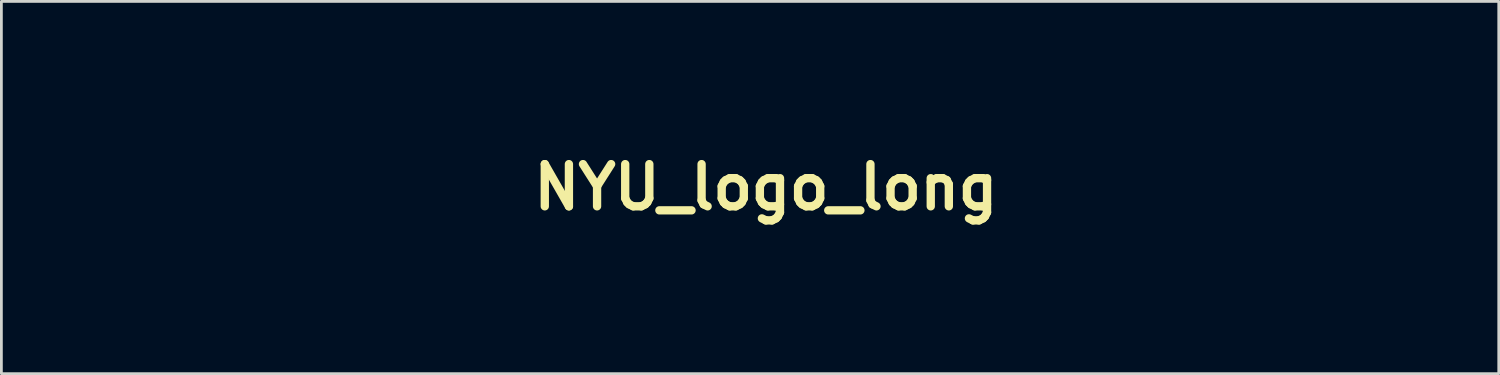
<source format=kicad_pcb>
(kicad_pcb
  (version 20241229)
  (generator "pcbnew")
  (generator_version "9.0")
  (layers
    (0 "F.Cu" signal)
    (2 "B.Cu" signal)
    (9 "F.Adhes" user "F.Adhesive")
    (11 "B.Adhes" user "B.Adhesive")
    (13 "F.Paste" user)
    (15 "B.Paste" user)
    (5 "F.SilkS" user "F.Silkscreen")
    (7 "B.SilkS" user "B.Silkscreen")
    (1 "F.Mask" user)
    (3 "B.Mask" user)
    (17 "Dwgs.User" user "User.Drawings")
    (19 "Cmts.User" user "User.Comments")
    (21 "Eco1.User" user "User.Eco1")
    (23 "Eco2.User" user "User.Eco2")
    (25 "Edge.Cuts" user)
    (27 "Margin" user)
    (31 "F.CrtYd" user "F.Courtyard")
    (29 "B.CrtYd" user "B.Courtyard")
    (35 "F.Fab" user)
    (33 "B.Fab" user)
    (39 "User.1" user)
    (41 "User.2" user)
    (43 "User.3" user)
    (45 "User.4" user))
  (footprint "NYU_logo_long"
    (layer "F.Cu")
    (at 24.601 3.709)
    (property "Reference" "NYU_logo_long" (at 0 0 0) (layer "F.SilkS") (effects (font (size 1.524 1.524) (thickness 0.3))))
    (attr through_hole)
    (fp_poly (pts (xy 22.627 -1.474) (xy 22.628 -1.311) (xy 22.629 -1.162) (xy 22.631 -1.031) (xy 22.633 -0.923) (xy 22.636 -0.845) (xy 22.639 -0.802) (xy 22.64 -0.795) (xy 22.649 -0.784) (xy 22.671 -0.775) (xy 22.711 -0.769) (xy 22.774 -0.765) (xy 22.865 -0.763) (xy 22.992 -0.762) (xy 23.053 -0.762) (xy 23.453 -0.762) (xy 23.453 -0.423) (xy 22.267 -0.423) (xy 22.272 -1.265) (xy 22.278 -2.106) (xy 22.627 -2.118) (xy 22.627 -1.474)) (stroke (width 0.01) (type solid)) (fill yes) (layer "F.Mask"))
    (fp_poly (pts (xy -0.725 0.016) (xy -0.72 3.725) (xy -0.794 3.725) (xy -0.847 3.719) (xy -0.878 3.702) (xy -0.879 3.699) (xy -0.88 3.675) (xy -0.881 3.611) (xy -0.882 3.51) (xy -0.883 3.372) (xy -0.883 3.201) (xy -0.884 2.998) (xy -0.884 2.766) (xy -0.885 2.506) (xy -0.885 2.222) (xy -0.885 1.915) (xy -0.885 1.587) (xy -0.885 1.241) (xy -0.885 0.879) (xy -0.885 0.502) (xy -0.884 0.114) (xy -0.884 -0.011) (xy -0.878 -3.694) (xy -0.73 -3.694) (xy -0.725 0.016)) (stroke (width 0.01) (type solid)) (fill yes) (layer "F.Mask"))
    (fp_poly (pts (xy 19.199 0.364) (xy 19.211 0.364) (xy 19.378 0.37) (xy 19.384 1.212) (xy 19.389 2.053) (xy 19.213 2.053) (xy 19.13 2.052) (xy 19.064 2.047) (xy 19.026 2.041) (xy 19.022 2.039) (xy 19.018 2.015) (xy 19.015 1.954) (xy 19.012 1.862) (xy 19.01 1.744) (xy 19.009 1.607) (xy 19.008 1.455) (xy 19.008 1.295) (xy 19.009 1.133) (xy 19.01 0.972) (xy 19.011 0.821) (xy 19.013 0.683) (xy 19.015 0.565) (xy 19.018 0.472) (xy 19.022 0.41) (xy 19.026 0.385) (xy 19.051 0.371) (xy 19.107 0.364) (xy 19.199 0.364)) (stroke (width 0.01) (type solid)) (fill yes) (layer "F.Mask"))
    (fp_poly (pts (xy 2.865 -2.069) (xy 2.875 -1.999) (xy 2.877 -1.912) (xy 2.871 -1.832) (xy 2.865 -1.805) (xy 2.858 -1.785) (xy 2.842 -1.771) (xy 2.812 -1.763) (xy 2.758 -1.757) (xy 2.675 -1.754) (xy 2.606 -1.752) (xy 2.36 -1.746) (xy 2.354 -1.085) (xy 2.349 -0.423) (xy 1.99 -0.423) (xy 1.99 -1.757) (xy 1.75 -1.757) (xy 1.624 -1.759) (xy 1.537 -1.767) (xy 1.491 -1.779) (xy 1.486 -1.782) (xy 1.473 -1.816) (xy 1.464 -1.877) (xy 1.46 -1.951) (xy 1.463 -2.022) (xy 1.471 -2.076) (xy 1.473 -2.083) (xy 1.481 -2.092) (xy 1.498 -2.1) (xy 1.53 -2.106) (xy 1.58 -2.11) (xy 1.653 -2.113) (xy 1.752 -2.115) (xy 1.883 -2.116) (xy 2.05 -2.117) (xy 2.169 -2.117) (xy 2.853 -2.117) (xy 2.865 -2.069)) (stroke (width 0.01) (type solid)) (fill yes) (layer "F.Mask"))
    (fp_poly (pts (xy 11.615 0.362) (xy 11.675 0.369) (xy 11.7 0.377) (xy 11.707 0.391) (xy 11.713 0.423) (xy 11.717 0.477) (xy 11.72 0.556) (xy 11.722 0.665) (xy 11.723 0.805) (xy 11.723 0.981) (xy 11.721 1.195) (xy 11.721 1.218) (xy 11.716 2.043) (xy 11.545 2.049) (xy 11.464 2.05) (xy 11.4 2.047) (xy 11.364 2.042) (xy 11.36 2.04) (xy 11.357 2.016) (xy 11.354 1.955) (xy 11.351 1.86) (xy 11.349 1.738) (xy 11.347 1.591) (xy 11.346 1.427) (xy 11.345 1.247) (xy 11.345 1.218) (xy 11.346 0.995) (xy 11.347 0.812) (xy 11.349 0.666) (xy 11.352 0.553) (xy 11.356 0.471) (xy 11.361 0.418) (xy 11.368 0.39) (xy 11.371 0.385) (xy 11.404 0.372) (xy 11.466 0.364) (xy 11.541 0.36) (xy 11.615 0.362)) (stroke (width 0.01) (type solid)) (fill yes) (layer "F.Mask"))
    (fp_poly (pts (xy 6.405 0.364) (xy 6.574 0.365) (xy 7.186 0.37) (xy 7.192 0.534) (xy 7.198 0.698) (xy 6.318 0.709) (xy 6.312 0.873) (xy 6.306 1.037) (xy 7.093 1.037) (xy 7.086 1.201) (xy 7.08 1.365) (xy 6.693 1.371) (xy 6.306 1.377) (xy 6.312 1.551) (xy 6.318 1.725) (xy 6.769 1.731) (xy 7.22 1.737) (xy 7.213 1.89) (xy 7.207 2.043) (xy 6.581 2.048) (xy 6.423 2.049) (xy 6.278 2.049) (xy 6.152 2.048) (xy 6.051 2.046) (xy 5.98 2.044) (xy 5.944 2.04) (xy 5.941 2.039) (xy 5.937 2.015) (xy 5.934 1.954) (xy 5.932 1.862) (xy 5.93 1.744) (xy 5.928 1.607) (xy 5.927 1.456) (xy 5.927 1.296) (xy 5.928 1.133) (xy 5.928 0.973) (xy 5.93 0.821) (xy 5.932 0.683) (xy 5.934 0.565) (xy 5.937 0.473) (xy 5.941 0.411) (xy 5.944 0.386) (xy 5.959 0.378) (xy 5.993 0.372) (xy 6.051 0.367) (xy 6.136 0.365) (xy 6.253 0.363) (xy 6.405 0.364)) (stroke (width 0.01) (type solid)) (fill yes) (layer "F.Mask"))
    (fp_poly (pts (xy 14.692 0.365) (xy 15.293 0.37) (xy 15.299 0.534) (xy 15.305 0.698) (xy 14.865 0.703) (xy 14.425 0.709) (xy 14.425 1.027) (xy 14.812 1.032) (xy 15.199 1.038) (xy 15.193 1.202) (xy 15.187 1.365) (xy 14.806 1.376) (xy 14.425 1.386) (xy 14.419 1.543) (xy 14.418 1.636) (xy 14.425 1.693) (xy 14.44 1.718) (xy 14.469 1.723) (xy 14.533 1.728) (xy 14.626 1.731) (xy 14.741 1.734) (xy 14.87 1.735) (xy 14.897 1.735) (xy 15.327 1.736) (xy 15.32 1.889) (xy 15.314 2.043) (xy 14.688 2.048) (xy 14.529 2.049) (xy 14.385 2.049) (xy 14.259 2.048) (xy 14.158 2.046) (xy 14.087 2.044) (xy 14.051 2.04) (xy 14.048 2.039) (xy 14.045 2.016) (xy 14.042 1.954) (xy 14.039 1.86) (xy 14.037 1.737) (xy 14.035 1.591) (xy 14.034 1.426) (xy 14.034 1.247) (xy 14.034 1.216) (xy 14.034 1.003) (xy 14.035 0.829) (xy 14.036 0.689) (xy 14.038 0.581) (xy 14.042 0.5) (xy 14.046 0.444) (xy 14.052 0.407) (xy 14.059 0.388) (xy 14.063 0.383) (xy 14.088 0.376) (xy 14.144 0.37) (xy 14.233 0.366) (xy 14.358 0.364) (xy 14.521 0.364) (xy 14.692 0.365)) (stroke (width 0.01) (type solid)) (fill yes) (layer "F.Mask"))
    (fp_poly (pts (xy 5.21 -1.942) (xy 5.283 -1.846) (xy 5.369 -1.734) (xy 5.452 -1.625) (xy 5.489 -1.577) (xy 5.56 -1.485) (xy 5.631 -1.39) (xy 5.693 -1.307) (xy 5.723 -1.265) (xy 5.77 -1.204) (xy 5.811 -1.157) (xy 5.836 -1.134) (xy 5.837 -1.134) (xy 5.846 -1.139) (xy 5.853 -1.166) (xy 5.858 -1.218) (xy 5.861 -1.299) (xy 5.863 -1.414) (xy 5.863 -1.567) (xy 5.863 -1.584) (xy 5.864 -1.751) (xy 5.866 -1.879) (xy 5.871 -1.973) (xy 5.877 -2.036) (xy 5.885 -2.073) (xy 5.89 -2.082) (xy 5.913 -2.102) (xy 5.95 -2.112) (xy 6.014 -2.114) (xy 6.065 -2.112) (xy 6.212 -2.106) (xy 6.218 -1.265) (xy 6.223 -0.423) (xy 5.913 -0.423) (xy 5.805 -0.566) (xy 5.751 -0.637) (xy 5.68 -0.73) (xy 5.6 -0.835) (xy 5.52 -0.941) (xy 5.503 -0.963) (xy 5.427 -1.063) (xy 5.352 -1.162) (xy 5.286 -1.249) (xy 5.236 -1.315) (xy 5.225 -1.329) (xy 5.18 -1.384) (xy 5.142 -1.419) (xy 5.121 -1.428) (xy 5.115 -1.404) (xy 5.11 -1.342) (xy 5.106 -1.247) (xy 5.103 -1.125) (xy 5.101 -0.98) (xy 5.101 -0.92) (xy 5.101 -0.423) (xy 4.741 -0.423) (xy 4.741 -2.117) (xy 5.077 -2.117) (xy 5.21 -1.942)) (stroke (width 0.01) (type solid)) (fill yes) (layer "F.Mask"))
    (fp_poly (pts (xy 4.289 0.365) (xy 4.9 0.37) (xy 4.906 0.534) (xy 4.912 0.699) (xy 4.49 0.699) (xy 4.359 0.699) (xy 4.241 0.701) (xy 4.143 0.704) (xy 4.072 0.707) (xy 4.036 0.711) (xy 4.034 0.711) (xy 4.014 0.73) (xy 4.004 0.772) (xy 4.001 0.847) (xy 4 0.858) (xy 4 0.929) (xy 4.003 0.981) (xy 4.015 1.017) (xy 4.042 1.04) (xy 4.089 1.052) (xy 4.162 1.057) (xy 4.268 1.058) (xy 4.382 1.058) (xy 4.503 1.059) (xy 4.61 1.061) (xy 4.696 1.064) (xy 4.753 1.068) (xy 4.771 1.071) (xy 4.789 1.088) (xy 4.8 1.125) (xy 4.804 1.192) (xy 4.805 1.24) (xy 4.805 1.396) (xy 4.011 1.408) (xy 4 1.725) (xy 3.99 2.043) (xy 3.82 2.049) (xy 3.738 2.05) (xy 3.674 2.047) (xy 3.638 2.042) (xy 3.634 2.04) (xy 3.631 2.016) (xy 3.628 1.955) (xy 3.625 1.86) (xy 3.623 1.738) (xy 3.621 1.591) (xy 3.62 1.426) (xy 3.62 1.247) (xy 3.619 1.216) (xy 3.62 1.003) (xy 3.621 0.829) (xy 3.622 0.689) (xy 3.624 0.581) (xy 3.628 0.5) (xy 3.632 0.444) (xy 3.638 0.407) (xy 3.645 0.388) (xy 3.649 0.383) (xy 3.674 0.376) (xy 3.729 0.37) (xy 3.818 0.366) (xy 3.943 0.364) (xy 4.105 0.364) (xy 4.289 0.365)) (stroke (width 0.01) (type solid)) (fill yes) (layer "F.Mask"))
    (fp_poly (pts (xy 20.115 0.372) (xy 20.167 0.398) (xy 20.215 0.447) (xy 20.249 0.492) (xy 20.296 0.555) (xy 20.335 0.608) (xy 20.356 0.635) (xy 20.387 0.674) (xy 20.437 0.739) (xy 20.501 0.822) (xy 20.572 0.916) (xy 20.646 1.013) (xy 20.715 1.105) (xy 20.775 1.184) (xy 20.819 1.243) (xy 20.834 1.264) (xy 20.873 1.312) (xy 20.905 1.339) (xy 20.916 1.342) (xy 20.921 1.319) (xy 20.926 1.259) (xy 20.929 1.169) (xy 20.932 1.056) (xy 20.934 0.925) (xy 20.934 0.856) (xy 20.934 0.382) (xy 20.982 0.37) (xy 21.03 0.364) (xy 21.101 0.362) (xy 21.157 0.364) (xy 21.283 0.37) (xy 21.289 1.212) (xy 21.294 2.053) (xy 20.98 2.053) (xy 20.899 1.942) (xy 20.856 1.883) (xy 20.823 1.839) (xy 20.808 1.82) (xy 20.791 1.8) (xy 20.755 1.753) (xy 20.703 1.685) (xy 20.641 1.604) (xy 20.629 1.587) (xy 20.513 1.435) (xy 20.421 1.314) (xy 20.349 1.22) (xy 20.294 1.15) (xy 20.254 1.101) (xy 20.226 1.07) (xy 20.208 1.053) (xy 20.196 1.048) (xy 20.191 1.049) (xy 20.186 1.073) (xy 20.181 1.133) (xy 20.177 1.224) (xy 20.174 1.34) (xy 20.172 1.475) (xy 20.172 1.557) (xy 20.172 2.053) (xy 19.812 2.053) (xy 19.823 0.37) (xy 19.949 0.364) (xy 20.046 0.362) (xy 20.115 0.372)) (stroke (width 0.01) (type solid)) (fill yes) (layer "F.Mask"))
    (fp_poly (pts (xy 16.395 0.36) (xy 16.529 0.361) (xy 16.651 0.363) (xy 16.754 0.365) (xy 16.83 0.368) (xy 16.873 0.371) (xy 16.879 0.373) (xy 16.897 0.389) (xy 16.907 0.426) (xy 16.912 0.493) (xy 16.912 0.542) (xy 16.912 0.698) (xy 16.473 0.703) (xy 16.034 0.709) (xy 16.034 1.027) (xy 16.421 1.032) (xy 16.808 1.038) (xy 16.802 1.202) (xy 16.796 1.365) (xy 16.415 1.376) (xy 16.034 1.386) (xy 16.027 1.543) (xy 16.027 1.636) (xy 16.034 1.693) (xy 16.049 1.718) (xy 16.077 1.723) (xy 16.142 1.728) (xy 16.235 1.731) (xy 16.349 1.734) (xy 16.479 1.735) (xy 16.506 1.735) (xy 16.935 1.736) (xy 16.929 1.889) (xy 16.923 2.043) (xy 16.297 2.048) (xy 16.138 2.049) (xy 15.993 2.049) (xy 15.868 2.048) (xy 15.767 2.046) (xy 15.695 2.044) (xy 15.66 2.04) (xy 15.657 2.039) (xy 15.653 2.016) (xy 15.65 1.954) (xy 15.648 1.86) (xy 15.646 1.737) (xy 15.644 1.591) (xy 15.643 1.425) (xy 15.642 1.246) (xy 15.642 1.205) (xy 15.642 0.996) (xy 15.643 0.824) (xy 15.644 0.688) (xy 15.646 0.581) (xy 15.649 0.502) (xy 15.652 0.446) (xy 15.657 0.408) (xy 15.664 0.386) (xy 15.671 0.375) (xy 15.676 0.373) (xy 15.706 0.369) (xy 15.772 0.366) (xy 15.867 0.363) (xy 15.984 0.362) (xy 16.115 0.361) (xy 16.254 0.36) (xy 16.395 0.36)) (stroke (width 0.01) (type solid)) (fill yes) (layer "F.Mask"))
    (fp_poly (pts (xy 9.43 -2.114) (xy 9.583 -2.077) (xy 9.716 -2.012) (xy 9.837 -1.919) (xy 9.955 -1.795) (xy 10.038 -1.669) (xy 10.089 -1.531) (xy 10.112 -1.373) (xy 10.113 -1.22) (xy 10.106 -1.106) (xy 10.095 -1.021) (xy 10.076 -0.954) (xy 10.054 -0.902) (xy 9.983 -0.786) (xy 9.885 -0.671) (xy 9.772 -0.569) (xy 9.659 -0.494) (xy 9.649 -0.489) (xy 9.489 -0.429) (xy 9.31 -0.398) (xy 9.133 -0.397) (xy 8.953 -0.433) (xy 8.782 -0.507) (xy 8.626 -0.617) (xy 8.589 -0.651) (xy 8.478 -0.788) (xy 8.4 -0.944) (xy 8.355 -1.112) (xy 8.349 -1.211) (xy 8.731 -1.211) (xy 8.741 -1.158) (xy 8.796 -1.015) (xy 8.877 -0.899) (xy 8.98 -0.813) (xy 9.1 -0.759) (xy 9.23 -0.74) (xy 9.366 -0.759) (xy 9.451 -0.791) (xy 9.551 -0.848) (xy 9.622 -0.918) (xy 9.679 -1.013) (xy 9.693 -1.044) (xy 9.729 -1.179) (xy 9.731 -1.319) (xy 9.7 -1.456) (xy 9.638 -1.579) (xy 9.562 -1.665) (xy 9.472 -1.725) (xy 9.365 -1.77) (xy 9.257 -1.793) (xy 9.185 -1.793) (xy 9.051 -1.756) (xy 8.934 -1.686) (xy 8.839 -1.59) (xy 8.77 -1.474) (xy 8.733 -1.346) (xy 8.731 -1.211) (xy 8.349 -1.211) (xy 8.344 -1.287) (xy 8.366 -1.461) (xy 8.422 -1.627) (xy 8.511 -1.78) (xy 8.595 -1.876) (xy 8.719 -1.983) (xy 8.848 -2.057) (xy 8.989 -2.103) (xy 9.153 -2.124) (xy 9.25 -2.126) (xy 9.43 -2.114)) (stroke (width 0.01) (type solid)) (fill yes) (layer "F.Mask"))
    (fp_poly (pts (xy 19.123 -2.125) (xy 19.214 -2.114) (xy 19.297 -2.092) (xy 19.39 -2.054) (xy 19.443 -2.028) (xy 19.583 -1.939) (xy 19.7 -1.818) (xy 19.792 -1.674) (xy 19.856 -1.513) (xy 19.889 -1.343) (xy 19.887 -1.17) (xy 19.867 -1.064) (xy 19.797 -0.878) (xy 19.697 -0.72) (xy 19.569 -0.59) (xy 19.416 -0.493) (xy 19.242 -0.428) (xy 19.049 -0.4) (xy 18.87 -0.405) (xy 18.681 -0.445) (xy 18.513 -0.521) (xy 18.369 -0.63) (xy 18.252 -0.77) (xy 18.164 -0.938) (xy 18.127 -1.052) (xy 18.102 -1.23) (xy 18.107 -1.3) (xy 18.501 -1.3) (xy 18.502 -1.192) (xy 18.517 -1.097) (xy 18.534 -1.052) (xy 18.621 -0.92) (xy 18.728 -0.823) (xy 18.852 -0.763) (xy 18.99 -0.741) (xy 19.136 -0.759) (xy 19.16 -0.766) (xy 19.245 -0.808) (xy 19.331 -0.878) (xy 19.406 -0.965) (xy 19.454 -1.044) (xy 19.486 -1.157) (xy 19.492 -1.287) (xy 19.473 -1.418) (xy 19.458 -1.468) (xy 19.398 -1.577) (xy 19.307 -1.672) (xy 19.195 -1.745) (xy 19.072 -1.789) (xy 18.986 -1.799) (xy 18.882 -1.781) (xy 18.774 -1.732) (xy 18.672 -1.659) (xy 18.587 -1.571) (xy 18.539 -1.493) (xy 18.513 -1.406) (xy 18.501 -1.3) (xy 18.107 -1.3) (xy 18.114 -1.41) (xy 18.163 -1.584) (xy 18.245 -1.744) (xy 18.357 -1.882) (xy 18.43 -1.946) (xy 18.546 -2.026) (xy 18.659 -2.08) (xy 18.78 -2.112) (xy 18.924 -2.126) (xy 19.008 -2.127) (xy 19.123 -2.125)) (stroke (width 0.01) (type solid)) (fill yes) (layer "F.Mask"))
    (fp_poly (pts (xy 7.142 -2.113) (xy 7.327 -2.101) (xy 7.482 -2.076) (xy 7.615 -2.036) (xy 7.73 -1.98) (xy 7.833 -1.907) (xy 7.881 -1.864) (xy 7.95 -1.789) (xy 8.015 -1.703) (xy 8.055 -1.635) (xy 8.082 -1.579) (xy 8.099 -1.529) (xy 8.11 -1.475) (xy 8.115 -1.405) (xy 8.116 -1.308) (xy 8.116 -1.27) (xy 8.115 -1.161) (xy 8.112 -1.083) (xy 8.103 -1.024) (xy 8.088 -0.972) (xy 8.064 -0.917) (xy 8.058 -0.906) (xy 7.965 -0.757) (xy 7.838 -0.631) (xy 7.687 -0.53) (xy 7.516 -0.462) (xy 7.455 -0.447) (xy 7.396 -0.439) (xy 7.305 -0.432) (xy 7.191 -0.427) (xy 7.063 -0.424) (xy 6.963 -0.423) (xy 6.582 -0.423) (xy 6.587 -1.166) (xy 6.946 -1.166) (xy 6.946 -1.042) (xy 6.947 -0.937) (xy 6.949 -0.858) (xy 6.953 -0.812) (xy 6.954 -0.807) (xy 6.96 -0.785) (xy 6.973 -0.771) (xy 7 -0.764) (xy 7.048 -0.762) (xy 7.126 -0.764) (xy 7.192 -0.767) (xy 7.329 -0.777) (xy 7.427 -0.793) (xy 7.488 -0.814) (xy 7.571 -0.875) (xy 7.648 -0.962) (xy 7.705 -1.061) (xy 7.717 -1.09) (xy 7.744 -1.225) (xy 7.736 -1.36) (xy 7.696 -1.488) (xy 7.626 -1.599) (xy 7.531 -1.685) (xy 7.493 -1.707) (xy 7.444 -1.73) (xy 7.397 -1.744) (xy 7.339 -1.751) (xy 7.259 -1.753) (xy 7.176 -1.751) (xy 6.953 -1.746) (xy 6.947 -1.302) (xy 6.946 -1.166) (xy 6.587 -1.166) (xy 6.588 -1.265) (xy 6.593 -2.106) (xy 6.921 -2.113) (xy 7.142 -2.113)) (stroke (width 0.01) (type solid)) (fill yes) (layer "F.Mask"))
    (fp_poly (pts (xy 17.719 -2.113) (xy 17.747 -2.104) (xy 17.761 -2.087) (xy 17.766 -2.07) (xy 17.77 -2.037) (xy 17.773 -1.968) (xy 17.775 -1.869) (xy 17.777 -1.745) (xy 17.778 -1.604) (xy 17.779 -1.449) (xy 17.779 -1.288) (xy 17.779 -1.127) (xy 17.779 -0.97) (xy 17.778 -0.823) (xy 17.776 -0.694) (xy 17.774 -0.587) (xy 17.772 -0.508) (xy 17.769 -0.464) (xy 17.767 -0.457) (xy 17.752 -0.44) (xy 17.718 -0.429) (xy 17.657 -0.424) (xy 17.577 -0.423) (xy 17.4 -0.423) (xy 17.388 -1.09) (xy 16.732 -1.09) (xy 16.727 -0.804) (xy 16.725 -0.669) (xy 16.722 -0.57) (xy 16.715 -0.502) (xy 16.701 -0.459) (xy 16.677 -0.435) (xy 16.641 -0.425) (xy 16.588 -0.423) (xy 16.53 -0.423) (xy 16.431 -0.426) (xy 16.372 -0.435) (xy 16.35 -0.45) (xy 16.348 -0.476) (xy 16.347 -0.54) (xy 16.345 -0.637) (xy 16.345 -0.762) (xy 16.344 -0.91) (xy 16.345 -1.077) (xy 16.345 -1.257) (xy 16.346 -1.291) (xy 16.351 -2.106) (xy 16.519 -2.112) (xy 16.615 -2.113) (xy 16.674 -2.107) (xy 16.702 -2.093) (xy 16.704 -2.091) (xy 16.71 -2.061) (xy 16.715 -1.997) (xy 16.719 -1.907) (xy 16.721 -1.801) (xy 16.721 -1.763) (xy 16.721 -1.646) (xy 16.722 -1.561) (xy 16.732 -1.502) (xy 16.755 -1.466) (xy 16.798 -1.447) (xy 16.865 -1.44) (xy 16.964 -1.44) (xy 17.099 -1.444) (xy 17.103 -1.444) (xy 17.388 -1.45) (xy 17.399 -1.778) (xy 17.41 -2.106) (xy 17.582 -2.112) (xy 17.667 -2.114) (xy 17.719 -2.113)) (stroke (width 0.01) (type solid)) (fill yes) (layer "F.Mask"))
    (fp_poly (pts (xy 15.537 -2.121) (xy 15.66 -2.101) (xy 15.768 -2.064) (xy 15.878 -2.004) (xy 15.886 -2) (xy 15.965 -1.948) (xy 16.009 -1.909) (xy 16.021 -1.873) (xy 16 -1.829) (xy 15.949 -1.768) (xy 15.922 -1.739) (xy 15.801 -1.606) (xy 15.695 -1.678) (xy 15.553 -1.754) (xy 15.416 -1.79) (xy 15.285 -1.785) (xy 15.162 -1.739) (xy 15.049 -1.652) (xy 15.049 -1.652) (xy 14.971 -1.552) (xy 14.913 -1.434) (xy 14.883 -1.315) (xy 14.88 -1.271) (xy 14.895 -1.165) (xy 14.936 -1.051) (xy 14.995 -0.946) (xy 15.021 -0.912) (xy 15.128 -0.816) (xy 15.249 -0.758) (xy 15.38 -0.74) (xy 15.517 -0.761) (xy 15.656 -0.823) (xy 15.699 -0.85) (xy 15.756 -0.885) (xy 15.801 -0.907) (xy 15.816 -0.91) (xy 15.844 -0.896) (xy 15.892 -0.859) (xy 15.947 -0.806) (xy 15.949 -0.805) (xy 16.053 -0.699) (xy 15.983 -0.627) (xy 15.86 -0.529) (xy 15.71 -0.456) (xy 15.541 -0.41) (xy 15.361 -0.394) (xy 15.223 -0.403) (xy 15.06 -0.446) (xy 14.905 -0.526) (xy 14.766 -0.635) (xy 14.649 -0.769) (xy 14.579 -0.888) (xy 14.549 -0.953) (xy 14.53 -1.007) (xy 14.518 -1.063) (xy 14.513 -1.133) (xy 14.512 -1.231) (xy 14.512 -1.259) (xy 14.513 -1.366) (xy 14.517 -1.442) (xy 14.526 -1.502) (xy 14.544 -1.556) (xy 14.571 -1.619) (xy 14.576 -1.63) (xy 14.657 -1.775) (xy 14.753 -1.89) (xy 14.874 -1.987) (xy 14.886 -1.995) (xy 14.995 -2.057) (xy 15.101 -2.097) (xy 15.219 -2.119) (xy 15.363 -2.127) (xy 15.388 -2.127) (xy 15.537 -2.121)) (stroke (width 0.01) (type solid)) (fill yes) (layer "F.Mask"))
    (fp_poly (pts (xy 21.159 -2.127) (xy 21.33 -2.09) (xy 21.49 -2.023) (xy 21.633 -1.928) (xy 21.753 -1.804) (xy 21.838 -1.669) (xy 21.886 -1.56) (xy 21.914 -1.463) (xy 21.927 -1.358) (xy 21.929 -1.27) (xy 21.909 -1.074) (xy 21.853 -0.898) (xy 21.761 -0.742) (xy 21.635 -0.61) (xy 21.476 -0.503) (xy 21.317 -0.434) (xy 21.236 -0.416) (xy 21.127 -0.406) (xy 21.008 -0.404) (xy 20.892 -0.41) (xy 20.795 -0.424) (xy 20.754 -0.436) (xy 20.579 -0.513) (xy 20.438 -0.608) (xy 20.326 -0.727) (xy 20.236 -0.875) (xy 20.23 -0.886) (xy 20.195 -0.966) (xy 20.173 -1.037) (xy 20.161 -1.117) (xy 20.155 -1.217) (xy 20.157 -1.268) (xy 20.546 -1.268) (xy 20.548 -1.177) (xy 20.557 -1.111) (xy 20.577 -1.056) (xy 20.603 -1.009) (xy 20.692 -0.892) (xy 20.802 -0.807) (xy 20.925 -0.756) (xy 21.056 -0.741) (xy 21.188 -0.764) (xy 21.241 -0.785) (xy 21.362 -0.863) (xy 21.453 -0.966) (xy 21.512 -1.086) (xy 21.54 -1.218) (xy 21.535 -1.354) (xy 21.495 -1.488) (xy 21.42 -1.613) (xy 21.383 -1.656) (xy 21.321 -1.703) (xy 21.235 -1.747) (xy 21.141 -1.781) (xy 21.057 -1.798) (xy 21.04 -1.799) (xy 20.96 -1.787) (xy 20.867 -1.757) (xy 20.777 -1.714) (xy 20.708 -1.667) (xy 20.696 -1.656) (xy 20.617 -1.556) (xy 20.569 -1.454) (xy 20.548 -1.335) (xy 20.546 -1.268) (xy 20.157 -1.268) (xy 20.164 -1.417) (xy 20.209 -1.597) (xy 20.291 -1.755) (xy 20.409 -1.891) (xy 20.478 -1.949) (xy 20.636 -2.044) (xy 20.806 -2.105) (xy 20.982 -2.132) (xy 21.159 -2.127)) (stroke (width 0.01) (type solid)) (fill yes) (layer "F.Mask"))
    (fp_poly (pts (xy 12.396 0.361) (xy 12.454 0.368) (xy 12.479 0.376) (xy 12.499 0.397) (xy 12.539 0.446) (xy 12.596 0.519) (xy 12.667 0.61) (xy 12.746 0.714) (xy 12.767 0.741) (xy 12.854 0.856) (xy 12.94 0.97) (xy 13.019 1.074) (xy 13.085 1.161) (xy 13.131 1.221) (xy 13.133 1.224) (xy 13.182 1.284) (xy 13.223 1.326) (xy 13.249 1.341) (xy 13.253 1.34) (xy 13.258 1.314) (xy 13.263 1.253) (xy 13.268 1.161) (xy 13.272 1.046) (xy 13.275 0.914) (xy 13.276 0.846) (xy 13.282 0.37) (xy 13.621 0.37) (xy 13.626 1.212) (xy 13.632 2.053) (xy 13.319 2.053) (xy 13.119 1.794) (xy 13.035 1.685) (xy 12.947 1.57) (xy 12.864 1.461) (xy 12.795 1.37) (xy 12.783 1.355) (xy 12.725 1.277) (xy 12.673 1.211) (xy 12.636 1.164) (xy 12.621 1.147) (xy 12.588 1.105) (xy 12.571 1.076) (xy 12.546 1.049) (xy 12.529 1.051) (xy 12.524 1.077) (xy 12.518 1.139) (xy 12.513 1.231) (xy 12.509 1.346) (xy 12.506 1.479) (xy 12.505 1.556) (xy 12.499 2.043) (xy 12.329 2.049) (xy 12.247 2.05) (xy 12.183 2.047) (xy 12.147 2.042) (xy 12.143 2.04) (xy 12.14 2.016) (xy 12.137 1.955) (xy 12.134 1.86) (xy 12.132 1.738) (xy 12.13 1.591) (xy 12.129 1.427) (xy 12.129 1.247) (xy 12.129 1.218) (xy 12.129 0.995) (xy 12.13 0.812) (xy 12.132 0.666) (xy 12.135 0.553) (xy 12.139 0.471) (xy 12.145 0.418) (xy 12.151 0.39) (xy 12.154 0.385) (xy 12.187 0.373) (xy 12.248 0.364) (xy 12.322 0.36) (xy 12.396 0.361)) (stroke (width 0.01) (type solid)) (fill yes) (layer "F.Mask"))
    (fp_poly (pts (xy 22.716 0.353) (xy 22.85 0.382) (xy 22.924 0.408) (xy 23 0.446) (xy 23.07 0.488) (xy 23.124 0.529) (xy 23.154 0.56) (xy 23.156 0.568) (xy 23.145 0.593) (xy 23.115 0.64) (xy 23.074 0.699) (xy 23.03 0.759) (xy 22.99 0.81) (xy 22.962 0.841) (xy 22.954 0.847) (xy 22.934 0.836) (xy 22.889 0.81) (xy 22.846 0.783) (xy 22.762 0.742) (xy 22.668 0.708) (xy 22.628 0.699) (xy 22.48 0.688) (xy 22.35 0.715) (xy 22.236 0.78) (xy 22.136 0.885) (xy 22.09 0.957) (xy 22.043 1.077) (xy 22.029 1.212) (xy 22.046 1.349) (xy 22.094 1.479) (xy 22.171 1.591) (xy 22.173 1.593) (xy 22.269 1.668) (xy 22.39 1.717) (xy 22.524 1.739) (xy 22.661 1.73) (xy 22.735 1.712) (xy 22.814 1.678) (xy 22.859 1.636) (xy 22.877 1.576) (xy 22.877 1.515) (xy 22.871 1.408) (xy 22.684 1.401) (xy 22.498 1.395) (xy 22.505 1.243) (xy 22.511 1.09) (xy 23.23 1.09) (xy 23.236 1.452) (xy 23.242 1.815) (xy 23.167 1.872) (xy 23.042 1.949) (xy 22.892 2.014) (xy 22.732 2.061) (xy 22.703 2.067) (xy 22.586 2.086) (xy 22.494 2.092) (xy 22.414 2.086) (xy 22.352 2.072) (xy 22.235 2.04) (xy 22.148 2.011) (xy 22.081 1.982) (xy 22.028 1.953) (xy 21.891 1.844) (xy 21.78 1.708) (xy 21.698 1.55) (xy 21.649 1.379) (xy 21.634 1.201) (xy 21.657 1.024) (xy 21.661 1.005) (xy 21.731 0.817) (xy 21.832 0.657) (xy 21.963 0.527) (xy 22.124 0.428) (xy 22.302 0.362) (xy 22.425 0.342) (xy 22.568 0.34) (xy 22.716 0.353)) (stroke (width 0.01) (type solid)) (fill yes) (layer "F.Mask"))
    (fp_poly (pts (xy 2.519 0.347) (xy 2.687 0.384) (xy 2.845 0.447) (xy 2.984 0.533) (xy 3.095 0.638) (xy 3.105 0.65) (xy 3.188 0.769) (xy 3.243 0.881) (xy 3.276 0.998) (xy 3.29 1.135) (xy 3.291 1.217) (xy 3.283 1.374) (xy 3.254 1.506) (xy 3.201 1.625) (xy 3.118 1.745) (xy 3.102 1.765) (xy 2.971 1.893) (xy 2.812 1.989) (xy 2.63 2.054) (xy 2.522 2.078) (xy 2.436 2.089) (xy 2.356 2.088) (xy 2.262 2.074) (xy 2.223 2.066) (xy 2.036 2.008) (xy 1.872 1.916) (xy 1.735 1.791) (xy 1.64 1.661) (xy 1.577 1.536) (xy 1.539 1.412) (xy 1.523 1.272) (xy 1.522 1.22) (xy 1.904 1.22) (xy 1.926 1.368) (xy 1.93 1.38) (xy 1.971 1.466) (xy 2.039 1.556) (xy 2.12 1.636) (xy 2.204 1.691) (xy 2.211 1.694) (xy 2.328 1.727) (xy 2.458 1.731) (xy 2.581 1.706) (xy 2.607 1.696) (xy 2.715 1.629) (xy 2.806 1.531) (xy 2.874 1.414) (xy 2.912 1.288) (xy 2.916 1.173) (xy 2.9 1.101) (xy 2.871 1.016) (xy 2.847 0.962) (xy 2.8 0.88) (xy 2.743 0.82) (xy 2.671 0.768) (xy 2.599 0.725) (xy 2.54 0.702) (xy 2.473 0.693) (xy 2.414 0.692) (xy 2.27 0.711) (xy 2.145 0.764) (xy 2.042 0.847) (xy 1.965 0.954) (xy 1.918 1.08) (xy 1.904 1.22) (xy 1.522 1.22) (xy 1.521 1.205) (xy 1.524 1.098) (xy 1.535 1.014) (xy 1.559 0.932) (xy 1.579 0.877) (xy 1.663 0.723) (xy 1.781 0.588) (xy 1.927 0.477) (xy 2.098 0.393) (xy 2.193 0.362) (xy 2.351 0.339) (xy 2.519 0.347)) (stroke (width 0.01) (type solid)) (fill yes) (layer "F.Mask"))
    (fp_poly (pts (xy 10.394 0.345) (xy 10.586 0.386) (xy 10.76 0.462) (xy 10.837 0.508) (xy 10.879 0.546) (xy 10.887 0.586) (xy 10.863 0.636) (xy 10.81 0.708) (xy 10.804 0.715) (xy 10.753 0.776) (xy 10.712 0.822) (xy 10.689 0.844) (xy 10.686 0.845) (xy 10.663 0.836) (xy 10.614 0.81) (xy 10.55 0.773) (xy 10.55 0.773) (xy 10.467 0.728) (xy 10.39 0.703) (xy 10.303 0.693) (xy 10.192 0.695) (xy 10.184 0.696) (xy 10.07 0.723) (xy 9.962 0.786) (xy 9.869 0.88) (xy 9.815 0.963) (xy 9.781 1.065) (xy 9.767 1.187) (xy 9.775 1.314) (xy 9.803 1.429) (xy 9.82 1.469) (xy 9.898 1.578) (xy 10.004 1.668) (xy 10.082 1.71) (xy 10.164 1.731) (xy 10.269 1.736) (xy 10.38 1.726) (xy 10.48 1.703) (xy 10.52 1.687) (xy 10.615 1.64) (xy 10.615 1.408) (xy 10.429 1.401) (xy 10.243 1.395) (xy 10.249 1.243) (xy 10.255 1.09) (xy 10.975 1.09) (xy 10.981 1.441) (xy 10.986 1.792) (xy 10.93 1.849) (xy 10.85 1.911) (xy 10.739 1.97) (xy 10.61 2.021) (xy 10.476 2.058) (xy 10.449 2.064) (xy 10.344 2.082) (xy 10.263 2.091) (xy 10.191 2.089) (xy 10.112 2.076) (xy 10.054 2.064) (xy 9.867 2.003) (xy 9.706 1.908) (xy 9.572 1.782) (xy 9.467 1.625) (xy 9.4 1.463) (xy 9.387 1.394) (xy 9.379 1.298) (xy 9.378 1.191) (xy 9.382 1.087) (xy 9.392 1.003) (xy 9.4 0.972) (xy 9.467 0.814) (xy 9.561 0.669) (xy 9.675 0.547) (xy 9.801 0.455) (xy 9.82 0.445) (xy 10.004 0.374) (xy 10.198 0.341) (xy 10.394 0.345)) (stroke (width 0.01) (type solid)) (fill yes) (layer "F.Mask"))
    (fp_poly (pts (xy 7.803 0.361) (xy 7.861 0.368) (xy 7.886 0.376) (xy 7.911 0.401) (xy 7.949 0.448) (xy 7.97 0.476) (xy 8.008 0.527) (xy 8.036 0.563) (xy 8.043 0.572) (xy 8.059 0.591) (xy 8.096 0.639) (xy 8.147 0.706) (xy 8.209 0.788) (xy 8.222 0.804) (xy 8.337 0.958) (xy 8.431 1.08) (xy 8.503 1.175) (xy 8.559 1.246) (xy 8.599 1.296) (xy 8.627 1.329) (xy 8.645 1.347) (xy 8.656 1.354) (xy 8.658 1.355) (xy 8.664 1.334) (xy 8.67 1.278) (xy 8.675 1.19) (xy 8.679 1.077) (xy 8.682 0.944) (xy 8.683 0.863) (xy 8.689 0.37) (xy 9.028 0.37) (xy 9.033 1.213) (xy 9.039 2.055) (xy 8.711 2.043) (xy 8.605 1.902) (xy 8.478 1.734) (xy 8.362 1.581) (xy 8.26 1.446) (xy 8.173 1.333) (xy 8.104 1.243) (xy 8.055 1.181) (xy 8.029 1.149) (xy 8.027 1.147) (xy 7.995 1.105) (xy 7.978 1.076) (xy 7.953 1.049) (xy 7.936 1.051) (xy 7.93 1.077) (xy 7.925 1.139) (xy 7.92 1.231) (xy 7.916 1.346) (xy 7.913 1.479) (xy 7.911 1.556) (xy 7.906 2.043) (xy 7.735 2.049) (xy 7.654 2.05) (xy 7.59 2.047) (xy 7.554 2.042) (xy 7.55 2.04) (xy 7.547 2.016) (xy 7.544 1.955) (xy 7.541 1.86) (xy 7.539 1.738) (xy 7.537 1.591) (xy 7.536 1.427) (xy 7.535 1.247) (xy 7.535 1.218) (xy 7.536 0.995) (xy 7.537 0.812) (xy 7.539 0.666) (xy 7.542 0.553) (xy 7.546 0.471) (xy 7.551 0.418) (xy 7.558 0.39) (xy 7.561 0.385) (xy 7.594 0.373) (xy 7.655 0.364) (xy 7.729 0.36) (xy 7.803 0.361)) (stroke (width 0.01) (type solid)) (fill yes) (layer "F.Mask"))
    (fp_poly (pts (xy 10.915 -1.9) (xy 10.995 -1.795) (xy 11.089 -1.671) (xy 11.185 -1.546) (xy 11.266 -1.438) (xy 11.335 -1.347) (xy 11.399 -1.266) (xy 11.451 -1.201) (xy 11.486 -1.161) (xy 11.492 -1.155) (xy 11.536 -1.115) (xy 11.536 -1.568) (xy 11.537 -1.705) (xy 11.538 -1.83) (xy 11.541 -1.936) (xy 11.544 -2.016) (xy 11.548 -2.062) (xy 11.549 -2.069) (xy 11.559 -2.094) (xy 11.58 -2.108) (xy 11.621 -2.115) (xy 11.692 -2.117) (xy 11.714 -2.117) (xy 11.8 -2.113) (xy 11.864 -2.103) (xy 11.891 -2.091) (xy 11.899 -2.072) (xy 11.904 -2.029) (xy 11.909 -1.958) (xy 11.912 -1.857) (xy 11.915 -1.723) (xy 11.916 -1.554) (xy 11.917 -1.346) (xy 11.917 -1.278) (xy 11.916 -1.098) (xy 11.916 -0.931) (xy 11.914 -0.782) (xy 11.912 -0.655) (xy 11.91 -0.555) (xy 11.907 -0.488) (xy 11.904 -0.457) (xy 11.904 -0.457) (xy 11.887 -0.438) (xy 11.847 -0.428) (xy 11.777 -0.424) (xy 11.746 -0.423) (xy 11.664 -0.425) (xy 11.612 -0.434) (xy 11.577 -0.452) (xy 11.556 -0.471) (xy 11.532 -0.5) (xy 11.486 -0.558) (xy 11.422 -0.64) (xy 11.345 -0.741) (xy 11.257 -0.855) (xy 11.172 -0.968) (xy 11.08 -1.088) (xy 10.996 -1.196) (xy 10.923 -1.287) (xy 10.863 -1.357) (xy 10.822 -1.403) (xy 10.803 -1.418) (xy 10.794 -1.411) (xy 10.786 -1.386) (xy 10.78 -1.338) (xy 10.776 -1.264) (xy 10.773 -1.159) (xy 10.77 -1.018) (xy 10.769 -0.926) (xy 10.763 -0.434) (xy 10.591 -0.428) (xy 10.503 -0.426) (xy 10.449 -0.429) (xy 10.419 -0.439) (xy 10.406 -0.456) (xy 10.402 -0.489) (xy 10.398 -0.557) (xy 10.395 -0.656) (xy 10.394 -0.779) (xy 10.393 -0.921) (xy 10.392 -1.075) (xy 10.393 -1.236) (xy 10.394 -1.399) (xy 10.395 -1.556) (xy 10.398 -1.703) (xy 10.401 -1.834) (xy 10.404 -1.942) (xy 10.408 -2.022) (xy 10.413 -2.068) (xy 10.415 -2.076) (xy 10.433 -2.097) (xy 10.464 -2.11) (xy 10.518 -2.116) (xy 10.592 -2.117) (xy 10.747 -2.117) (xy 10.915 -1.9)) (stroke (width 0.01) (type solid)) (fill yes) (layer "F.Mask"))
    (fp_poly (pts (xy 13.785 -2.108) (xy 13.967 -2.058) (xy 14.125 -1.973) (xy 14.155 -1.952) (xy 14.202 -1.916) (xy 14.123 -1.794) (xy 14.079 -1.731) (xy 14.041 -1.684) (xy 14.017 -1.662) (xy 13.984 -1.666) (xy 13.928 -1.685) (xy 13.879 -1.707) (xy 13.812 -1.741) (xy 13.756 -1.769) (xy 13.732 -1.781) (xy 13.69 -1.792) (xy 13.625 -1.798) (xy 13.587 -1.799) (xy 13.486 -1.787) (xy 13.411 -1.754) (xy 13.368 -1.702) (xy 13.36 -1.646) (xy 13.377 -1.591) (xy 13.418 -1.546) (xy 13.489 -1.506) (xy 13.596 -1.468) (xy 13.631 -1.458) (xy 13.814 -1.402) (xy 13.958 -1.346) (xy 14.069 -1.287) (xy 14.148 -1.223) (xy 14.202 -1.148) (xy 14.232 -1.061) (xy 14.244 -0.957) (xy 14.245 -0.924) (xy 14.228 -0.773) (xy 14.176 -0.647) (xy 14.091 -0.546) (xy 13.975 -0.471) (xy 13.828 -0.423) (xy 13.652 -0.404) (xy 13.613 -0.403) (xy 13.498 -0.408) (xy 13.403 -0.422) (xy 13.308 -0.451) (xy 13.278 -0.461) (xy 13.193 -0.498) (xy 13.108 -0.541) (xy 13.031 -0.587) (xy 12.971 -0.629) (xy 12.937 -0.662) (xy 12.933 -0.674) (xy 12.946 -0.7) (xy 12.978 -0.742) (xy 12.987 -0.753) (xy 13.033 -0.808) (xy 13.072 -0.858) (xy 13.074 -0.863) (xy 13.114 -0.901) (xy 13.16 -0.905) (xy 13.221 -0.873) (xy 13.229 -0.868) (xy 13.343 -0.802) (xy 13.469 -0.756) (xy 13.593 -0.732) (xy 13.705 -0.734) (xy 13.758 -0.746) (xy 13.829 -0.789) (xy 13.867 -0.847) (xy 13.871 -0.913) (xy 13.842 -0.974) (xy 13.777 -1.023) (xy 13.775 -1.024) (xy 13.724 -1.044) (xy 13.645 -1.071) (xy 13.552 -1.099) (xy 13.505 -1.113) (xy 13.388 -1.148) (xy 13.296 -1.182) (xy 13.215 -1.221) (xy 13.131 -1.27) (xy 13.128 -1.272) (xy 13.063 -1.337) (xy 13.017 -1.433) (xy 12.994 -1.553) (xy 12.992 -1.605) (xy 13.007 -1.754) (xy 13.053 -1.876) (xy 13.134 -1.975) (xy 13.251 -2.057) (xy 13.289 -2.076) (xy 13.351 -2.101) (xy 13.419 -2.116) (xy 13.505 -2.123) (xy 13.578 -2.124) (xy 13.785 -2.108)) (stroke (width 0.01) (type solid)) (fill yes) (layer "F.Mask"))
    (fp_poly (pts (xy -2.795 -0.778) (xy -2.795 -0.478) (xy -2.796 -0.216) (xy -2.798 0.01) (xy -2.801 0.205) (xy -2.805 0.372) (xy -2.811 0.514) (xy -2.818 0.636) (xy -2.828 0.739) (xy -2.84 0.829) (xy -2.854 0.909) (xy -2.871 0.982) (xy -2.892 1.052) (xy -2.915 1.122) (xy -2.929 1.16) (xy -3.037 1.399) (xy -3.175 1.608) (xy -3.342 1.786) (xy -3.538 1.935) (xy -3.762 2.052) (xy -4.013 2.137) (xy -4.29 2.191) (xy -4.561 2.212) (xy -4.684 2.214) (xy -4.804 2.212) (xy -4.91 2.209) (xy -4.988 2.203) (xy -4.995 2.202) (xy -5.084 2.188) (xy -5.177 2.168) (xy -5.286 2.141) (xy -5.417 2.104) (xy -5.501 2.072) (xy -5.605 2.021) (xy -5.714 1.961) (xy -5.813 1.898) (xy -5.863 1.862) (xy -6.028 1.711) (xy -6.167 1.538) (xy -6.28 1.338) (xy -6.372 1.108) (xy -6.429 0.905) (xy -6.436 0.872) (xy -6.443 0.834) (xy -6.448 0.79) (xy -6.453 0.735) (xy -6.457 0.666) (xy -6.46 0.581) (xy -6.462 0.475) (xy -6.464 0.346) (xy -6.465 0.189) (xy -6.466 0.003) (xy -6.466 -0.218) (xy -6.466 -0.475) (xy -6.466 -0.656) (xy -6.466 -2.064) (xy -5.535 -2.064) (xy -5.524 -0.699) (xy -5.521 -0.388) (xy -5.517 -0.113) (xy -5.514 0.126) (xy -5.51 0.328) (xy -5.505 0.491) (xy -5.5 0.616) (xy -5.495 0.699) (xy -5.49 0.742) (xy -5.49 0.743) (xy -5.416 0.92) (xy -5.312 1.07) (xy -5.179 1.191) (xy -5.022 1.281) (xy -4.844 1.336) (xy -4.648 1.355) (xy -4.441 1.338) (xy -4.259 1.287) (xy -4.102 1.201) (xy -3.97 1.082) (xy -3.863 0.928) (xy -3.805 0.808) (xy -3.796 0.783) (xy -3.787 0.759) (xy -3.78 0.732) (xy -3.774 0.698) (xy -3.769 0.655) (xy -3.765 0.599) (xy -3.762 0.527) (xy -3.759 0.435) (xy -3.756 0.32) (xy -3.754 0.18) (xy -3.752 0.009) (xy -3.75 -0.193) (xy -3.748 -0.432) (xy -3.747 -0.688) (xy -3.736 -2.064) (xy -3.265 -2.069) (xy -2.794 -2.075) (xy -2.795 -0.778)) (stroke (width 0.01) (type solid)) (fill yes) (layer "F.Mask"))
    (fp_poly (pts (xy 17.537 0.361) (xy 17.675 0.363) (xy 17.762 0.365) (xy 17.918 0.369) (xy 18.039 0.373) (xy 18.13 0.377) (xy 18.199 0.384) (xy 18.251 0.392) (xy 18.292 0.403) (xy 18.33 0.417) (xy 18.341 0.422) (xy 18.47 0.495) (xy 18.564 0.586) (xy 18.624 0.699) (xy 18.653 0.839) (xy 18.657 0.922) (xy 18.647 1.068) (xy 18.612 1.185) (xy 18.548 1.284) (xy 18.45 1.373) (xy 18.442 1.379) (xy 18.385 1.423) (xy 18.345 1.457) (xy 18.33 1.474) (xy 18.342 1.495) (xy 18.373 1.544) (xy 18.42 1.615) (xy 18.479 1.701) (xy 18.51 1.747) (xy 18.573 1.84) (xy 18.627 1.921) (xy 18.666 1.985) (xy 18.688 2.024) (xy 18.69 2.031) (xy 18.671 2.043) (xy 18.613 2.049) (xy 18.515 2.049) (xy 18.484 2.049) (xy 18.278 2.043) (xy 18.106 1.792) (xy 18.043 1.701) (xy 17.986 1.621) (xy 17.94 1.561) (xy 17.91 1.527) (xy 17.905 1.522) (xy 17.856 1.507) (xy 17.786 1.504) (xy 17.717 1.511) (xy 17.669 1.529) (xy 17.668 1.529) (xy 17.652 1.549) (xy 17.641 1.584) (xy 17.634 1.642) (xy 17.629 1.731) (xy 17.627 1.799) (xy 17.621 2.043) (xy 17.451 2.049) (xy 17.37 2.05) (xy 17.305 2.047) (xy 17.269 2.042) (xy 17.266 2.04) (xy 17.262 2.015) (xy 17.258 1.954) (xy 17.256 1.862) (xy 17.254 1.744) (xy 17.252 1.606) (xy 17.252 1.455) (xy 17.251 1.295) (xy 17.252 1.131) (xy 17.253 1.012) (xy 17.635 1.012) (xy 17.635 1.089) (xy 17.638 1.142) (xy 17.641 1.157) (xy 17.667 1.173) (xy 17.725 1.183) (xy 17.805 1.187) (xy 17.897 1.187) (xy 17.989 1.182) (xy 18.074 1.171) (xy 18.139 1.157) (xy 18.161 1.148) (xy 18.235 1.091) (xy 18.277 1.017) (xy 18.288 0.934) (xy 18.267 0.853) (xy 18.215 0.782) (xy 18.134 0.731) (xy 18.13 0.729) (xy 18.059 0.711) (xy 17.963 0.703) (xy 17.843 0.703) (xy 17.642 0.709) (xy 17.636 0.919) (xy 17.635 1.012) (xy 17.253 1.012) (xy 17.253 0.971) (xy 17.254 0.819) (xy 17.257 0.681) (xy 17.259 0.563) (xy 17.262 0.47) (xy 17.266 0.409) (xy 17.27 0.384) (xy 17.283 0.374) (xy 17.311 0.367) (xy 17.36 0.363) (xy 17.433 0.361) (xy 17.537 0.361)) (stroke (width 0.01) (type solid)) (fill yes) (layer "F.Mask"))
    (fp_poly (pts (xy 3.848 -2.016) (xy 3.883 -1.937) (xy 3.917 -1.857) (xy 3.928 -1.831) (xy 3.958 -1.756) (xy 3.989 -1.683) (xy 4.025 -1.598) (xy 4.072 -1.489) (xy 4.08 -1.471) (xy 4.113 -1.395) (xy 4.157 -1.293) (xy 4.206 -1.176) (xy 4.256 -1.058) (xy 4.265 -1.037) (xy 4.322 -0.903) (xy 4.365 -0.801) (xy 4.397 -0.725) (xy 4.421 -0.669) (xy 4.44 -0.626) (xy 4.455 -0.591) (xy 4.471 -0.556) (xy 4.474 -0.547) (xy 4.496 -0.492) (xy 4.508 -0.452) (xy 4.508 -0.447) (xy 4.488 -0.434) (xy 4.427 -0.426) (xy 4.327 -0.423) (xy 4.321 -0.423) (xy 4.133 -0.423) (xy 4.061 -0.598) (xy 3.989 -0.773) (xy 3.626 -0.778) (xy 3.494 -0.78) (xy 3.399 -0.781) (xy 3.333 -0.779) (xy 3.292 -0.775) (xy 3.268 -0.767) (xy 3.256 -0.756) (xy 3.249 -0.739) (xy 3.248 -0.736) (xy 3.229 -0.685) (xy 3.2 -0.613) (xy 3.168 -0.538) (xy 3.139 -0.476) (xy 3.134 -0.466) (xy 3.113 -0.449) (xy 3.067 -0.437) (xy 2.988 -0.43) (xy 2.935 -0.428) (xy 2.852 -0.427) (xy 2.789 -0.431) (xy 2.755 -0.437) (xy 2.752 -0.441) (xy 2.761 -0.477) (xy 2.788 -0.548) (xy 2.832 -0.651) (xy 2.87 -0.736) (xy 2.898 -0.798) (xy 2.916 -0.843) (xy 2.921 -0.858) (xy 2.929 -0.882) (xy 2.95 -0.93) (xy 2.962 -0.958) (xy 2.982 -1.003) (xy 3.016 -1.081) (xy 3.059 -1.181) (xy 3.429 -1.181) (xy 3.433 -1.163) (xy 3.452 -1.152) (xy 3.492 -1.146) (xy 3.562 -1.143) (xy 3.618 -1.143) (xy 3.703 -1.145) (xy 3.771 -1.149) (xy 3.811 -1.156) (xy 3.817 -1.159) (xy 3.815 -1.186) (xy 3.798 -1.24) (xy 3.771 -1.313) (xy 3.738 -1.394) (xy 3.703 -1.473) (xy 3.67 -1.542) (xy 3.643 -1.59) (xy 3.627 -1.608) (xy 3.609 -1.59) (xy 3.581 -1.541) (xy 3.549 -1.47) (xy 3.534 -1.434) (xy 3.501 -1.353) (xy 3.472 -1.287) (xy 3.452 -1.246) (xy 3.447 -1.239) (xy 3.431 -1.202) (xy 3.429 -1.181) (xy 3.059 -1.181) (xy 3.06 -1.183) (xy 3.112 -1.304) (xy 3.168 -1.436) (xy 3.196 -1.503) (xy 3.253 -1.637) (xy 3.307 -1.763) (xy 3.354 -1.873) (xy 3.391 -1.961) (xy 3.416 -2.02) (xy 3.424 -2.037) (xy 3.458 -2.117) (xy 3.802 -2.117) (xy 3.848 -2.016)) (stroke (width 0.01) (type solid)) (fill yes) (layer "F.Mask"))
    (fp_poly (pts (xy -10.608 -2.075) (xy -10.493 -2.074) (xy -9.953 -2.074) (xy -9.915 -2.016) (xy -9.88 -1.961) (xy -9.854 -1.916) (xy -9.836 -1.884) (xy -9.8 -1.822) (xy -9.748 -1.735) (xy -9.685 -1.628) (xy -9.614 -1.507) (xy -9.537 -1.378) (xy -9.459 -1.246) (xy -9.382 -1.117) (xy -9.31 -0.997) (xy -9.268 -0.928) (xy -9.214 -0.837) (xy -9.164 -0.753) (xy -9.124 -0.685) (xy -9.105 -0.652) (xy -9.044 -0.547) (xy -8.999 -0.476) (xy -8.966 -0.436) (xy -8.941 -0.423) (xy -8.92 -0.435) (xy -8.9 -0.467) (xy -8.898 -0.471) (xy -8.882 -0.501) (xy -8.846 -0.562) (xy -8.794 -0.649) (xy -8.729 -0.757) (xy -8.653 -0.883) (xy -8.571 -1.019) (xy -8.541 -1.069) (xy -8.456 -1.208) (xy -8.378 -1.338) (xy -8.309 -1.452) (xy -8.252 -1.546) (xy -8.21 -1.616) (xy -8.187 -1.656) (xy -8.183 -1.662) (xy -8.162 -1.697) (xy -8.125 -1.759) (xy -8.078 -1.836) (xy -8.046 -1.889) (xy -7.932 -2.074) (xy -7.405 -2.074) (xy -7.261 -2.074) (xy -7.132 -2.073) (xy -7.024 -2.072) (xy -6.942 -2.07) (xy -6.892 -2.068) (xy -6.879 -2.066) (xy -6.891 -2.041) (xy -6.926 -1.98) (xy -6.984 -1.884) (xy -7.065 -1.753) (xy -7.17 -1.587) (xy -7.299 -1.385) (xy -7.45 -1.148) (xy -7.625 -0.876) (xy -7.823 -0.569) (xy -7.842 -0.54) (xy -7.873 -0.492) (xy -7.922 -0.415) (xy -7.986 -0.315) (xy -8.06 -0.199) (xy -8.141 -0.073) (xy -8.194 0.01) (xy -8.477 0.454) (xy -8.488 1.301) (xy -8.498 2.148) (xy -8.944 2.154) (xy -9.078 2.155) (xy -9.196 2.155) (xy -9.294 2.153) (xy -9.365 2.15) (xy -9.401 2.147) (xy -9.405 2.145) (xy -9.408 2.122) (xy -9.411 2.06) (xy -9.414 1.966) (xy -9.416 1.843) (xy -9.418 1.697) (xy -9.419 1.531) (xy -9.419 1.352) (xy -9.419 1.314) (xy -9.419 0.497) (xy -9.509 0.357) (xy -9.546 0.3) (xy -9.6 0.214) (xy -9.669 0.106) (xy -9.748 -0.018) (xy -9.832 -0.151) (xy -9.895 -0.252) (xy -9.992 -0.405) (xy -10.105 -0.582) (xy -10.225 -0.772) (xy -10.346 -0.962) (xy -10.46 -1.142) (xy -10.525 -1.244) (xy -10.613 -1.384) (xy -10.699 -1.518) (xy -10.776 -1.64) (xy -10.843 -1.745) (xy -10.895 -1.827) (xy -10.928 -1.879) (xy -10.931 -1.884) (xy -10.968 -1.942) (xy -10.996 -1.987) (xy -11.011 -2.02) (xy -11.009 -2.044) (xy -10.986 -2.06) (xy -10.938 -2.069) (xy -10.861 -2.073) (xy -10.753 -2.075) (xy -10.608 -2.075)) (stroke (width 0.01) (type solid)) (fill yes) (layer "F.Mask"))
    (fp_poly (pts (xy -11.964 -2.069) (xy -11.504 -2.064) (xy -11.498 0) (xy -11.498 0.293) (xy -11.497 0.574) (xy -11.497 0.841) (xy -11.497 1.091) (xy -11.497 1.32) (xy -11.498 1.526) (xy -11.498 1.706) (xy -11.499 1.857) (xy -11.5 1.975) (xy -11.502 2.059) (xy -11.503 2.104) (xy -11.504 2.111) (xy -11.509 2.128) (xy -11.519 2.14) (xy -11.54 2.149) (xy -11.578 2.154) (xy -11.638 2.157) (xy -11.727 2.159) (xy -11.851 2.159) (xy -11.903 2.159) (xy -12.291 2.159) (xy -12.354 2.08) (xy -12.386 2.039) (xy -12.438 1.971) (xy -12.506 1.881) (xy -12.585 1.778) (xy -12.67 1.666) (xy -12.689 1.64) (xy -12.778 1.524) (xy -12.864 1.41) (xy -12.943 1.307) (xy -13.008 1.221) (xy -13.055 1.16) (xy -13.06 1.154) (xy -13.103 1.097) (xy -13.166 1.014) (xy -13.243 0.913) (xy -13.329 0.8) (xy -13.417 0.684) (xy -13.428 0.67) (xy -13.52 0.548) (xy -13.615 0.423) (xy -13.706 0.304) (xy -13.785 0.2) (xy -13.846 0.12) (xy -13.846 0.12) (xy -13.91 0.035) (xy -13.969 -0.043) (xy -14.016 -0.104) (xy -14.04 -0.136) (xy -14.075 -0.181) (xy -14.126 -0.248) (xy -14.184 -0.324) (xy -14.203 -0.348) (xy -14.319 -0.497) (xy -14.34 2.148) (xy -14.774 2.152) (xy -14.907 2.153) (xy -15.025 2.152) (xy -15.124 2.151) (xy -15.195 2.149) (xy -15.232 2.146) (xy -15.235 2.145) (xy -15.239 2.135) (xy -15.243 2.108) (xy -15.247 2.062) (xy -15.25 1.995) (xy -15.252 1.904) (xy -15.255 1.788) (xy -15.257 1.644) (xy -15.258 1.47) (xy -15.259 1.265) (xy -15.26 1.027) (xy -15.261 0.752) (xy -15.261 0.44) (xy -15.261 0.087) (xy -15.261 0.03) (xy -15.261 -2.074) (xy -14.401 -2.074) (xy -14.349 -2.016) (xy -14.303 -1.961) (xy -14.236 -1.877) (xy -14.148 -1.762) (xy -14.037 -1.614) (xy -14.025 -1.598) (xy -13.978 -1.536) (xy -13.939 -1.484) (xy -13.919 -1.459) (xy -13.893 -1.426) (xy -13.851 -1.37) (xy -13.806 -1.311) (xy -13.771 -1.263) (xy -13.714 -1.188) (xy -13.639 -1.09) (xy -13.553 -0.976) (xy -13.458 -0.851) (xy -13.359 -0.721) (xy -13.358 -0.72) (xy -13.245 -0.572) (xy -13.124 -0.412) (xy -13.002 -0.251) (xy -12.885 -0.098) (xy -12.783 0.037) (xy -12.727 0.111) (xy -12.624 0.244) (xy -12.544 0.343) (xy -12.487 0.408) (xy -12.452 0.438) (xy -12.442 0.439) (xy -12.439 0.413) (xy -12.436 0.35) (xy -12.434 0.251) (xy -12.431 0.121) (xy -12.429 -0.035) (xy -12.427 -0.215) (xy -12.426 -0.415) (xy -12.425 -0.63) (xy -12.425 -0.831) (xy -12.425 -2.075) (xy -11.964 -2.069)) (stroke (width 0.01) (type solid)) (fill yes) (layer "F.Mask"))
    (fp_poly (pts (xy -20.886 -3.699) (xy -17.177 -3.694) (xy -17.177 3.715) (xy -24.596 3.725) (xy -24.596 0.804) (xy -21.363 0.804) (xy -21.349 0.905) (xy -21.34 0.976) (xy -21.327 1.08) (xy -21.312 1.207) (xy -21.296 1.347) (xy -21.28 1.491) (xy -21.264 1.629) (xy -21.251 1.752) (xy -21.25 1.767) (xy -21.237 1.884) (xy -21.223 2.012) (xy -21.211 2.127) (xy -21.21 2.138) (xy -21.198 2.244) (xy -21.185 2.37) (xy -21.172 2.494) (xy -21.168 2.532) (xy -21.152 2.682) (xy -21.136 2.791) (xy -21.119 2.861) (xy -21.11 2.884) (xy -21.082 2.901) (xy -21.048 2.887) (xy -21.019 2.847) (xy -21.016 2.842) (xy -21.005 2.802) (xy -20.992 2.739) (xy -20.978 2.65) (xy -20.962 2.53) (xy -20.944 2.374) (xy -20.934 2.286) (xy -20.923 2.198) (xy -20.909 2.084) (xy -20.893 1.962) (xy -20.881 1.873) (xy -20.865 1.755) (xy -20.849 1.633) (xy -20.835 1.524) (xy -20.828 1.46) (xy -20.81 1.306) (xy -20.793 1.163) (xy -20.776 1.037) (xy -20.762 0.938) (xy -20.752 0.878) (xy -20.739 0.804) (xy -21.363 0.804) (xy -24.596 0.804) (xy -24.596 0.521) (xy -21.589 0.521) (xy -21.578 0.601) (xy -21.577 0.609) (xy -21.572 0.624) (xy -21.563 0.635) (xy -21.544 0.644) (xy -21.511 0.65) (xy -21.458 0.653) (xy -21.38 0.655) (xy -21.271 0.656) (xy -21.127 0.656) (xy -21.081 0.656) (xy -20.941 0.656) (xy -20.814 0.654) (xy -20.706 0.652) (xy -20.625 0.649) (xy -20.575 0.645) (xy -20.565 0.643) (xy -20.545 0.615) (xy -20.533 0.56) (xy -20.529 0.492) (xy -20.534 0.425) (xy -20.547 0.373) (xy -20.565 0.352) (xy -20.595 0.348) (xy -20.661 0.344) (xy -20.756 0.342) (xy -20.874 0.34) (xy -21.008 0.339) (xy -21.072 0.339) (xy -21.226 0.339) (xy -21.343 0.34) (xy -21.428 0.342) (xy -21.487 0.345) (xy -21.526 0.351) (xy -21.549 0.359) (xy -21.562 0.37) (xy -21.568 0.38) (xy -21.585 0.44) (xy -21.589 0.521) (xy -24.596 0.521) (xy -24.596 -0.634) (xy -22.381 -0.634) (xy -22.378 -0.532) (xy -22.371 -0.459) (xy -22.357 -0.399) (xy -22.332 -0.338) (xy -22.319 -0.309) (xy -22.227 -0.17) (xy -22.102 -0.05) (xy -21.948 0.046) (xy -21.77 0.115) (xy -21.738 0.123) (xy -21.612 0.151) (xy -21.515 0.165) (xy -21.451 0.164) (xy -21.422 0.148) (xy -21.421 0.141) (xy -21.428 0.129) (xy -20.814 0.129) (xy -20.803 0.163) (xy -20.788 0.178) (xy -20.767 0.186) (xy -20.732 0.188) (xy -20.675 0.183) (xy -20.59 0.17) (xy -20.521 0.16) (xy -20.399 0.139) (xy -20.307 0.119) (xy -20.231 0.096) (xy -20.159 0.067) (xy -20.078 0.026) (xy -20.068 0.02) (xy -19.895 -0.092) (xy -19.748 -0.233) (xy -19.626 -0.405) (xy -19.527 -0.609) (xy -19.45 -0.847) (xy -19.421 -0.97) (xy -19.405 -1.062) (xy -19.395 -1.157) (xy -19.39 -1.245) (xy -19.39 -1.317) (xy -19.398 -1.363) (xy -19.408 -1.376) (xy -19.43 -1.359) (xy -19.463 -1.319) (xy -19.473 -1.303) (xy -19.547 -1.207) (xy -19.652 -1.104) (xy -19.778 -1.002) (xy -19.916 -0.909) (xy -20.031 -0.845) (xy -20.158 -0.78) (xy -20.256 -0.723) (xy -20.336 -0.667) (xy -20.41 -0.604) (xy -20.488 -0.527) (xy -20.501 -0.514) (xy -20.567 -0.435) (xy -20.632 -0.338) (xy -20.692 -0.233) (xy -20.743 -0.126) (xy -20.783 -0.025) (xy -20.808 0.062) (xy -20.814 0.129) (xy -21.428 0.129) (xy -21.438 0.112) (xy -21.476 0.083) (xy -21.538 0.038) (xy -21.612 -0.033) (xy -21.69 -0.121) (xy -21.763 -0.216) (xy -21.824 -0.308) (xy -21.851 -0.36) (xy -21.881 -0.427) (xy -21.9 -0.484) (xy -21.91 -0.545) (xy -21.915 -0.623) (xy -21.917 -0.708) (xy -21.763 -0.708) (xy -21.74 -0.547) (xy -21.679 -0.394) (xy -21.578 -0.244) (xy -21.437 -0.096) (xy -21.339 -0.011) (xy -21.262 0.051) (xy -21.211 0.087) (xy -21.182 0.101) (xy -21.169 0.096) (xy -21.167 0.079) (xy -21.174 0.046) (xy -21.191 -0.013) (xy -21.21 -0.072) (xy -21.241 -0.209) (xy -21.251 -0.342) (xy -21.076 -0.342) (xy -21.075 -0.318) (xy -21.064 -0.201) (xy -21.048 -0.103) (xy -21.027 -0.031) (xy -21.005 0.009) (xy -20.988 0.015) (xy -20.969 -0.008) (xy -20.946 -0.059) (xy -20.931 -0.099) (xy -20.847 -0.31) (xy -20.74 -0.494) (xy -20.605 -0.654) (xy -20.439 -0.797) (xy -20.236 -0.926) (xy -20.127 -0.983) (xy -20.017 -1.041) (xy -19.939 -1.089) (xy -19.887 -1.135) (xy -19.854 -1.185) (xy -19.832 -1.246) (xy -19.83 -1.254) (xy -19.817 -1.321) (xy -19.815 -1.391) (xy -19.824 -1.481) (xy -19.83 -1.518) (xy -19.849 -1.616) (xy -19.874 -1.719) (xy -19.903 -1.817) (xy -19.933 -1.904) (xy -19.961 -1.969) (xy -19.984 -2.006) (xy -19.993 -2.011) (xy -20.014 -1.994) (xy -20.051 -1.948) (xy -20.099 -1.882) (xy -20.136 -1.825) (xy -20.184 -1.752) (xy -20.232 -1.686) (xy -20.286 -1.622) (xy -20.351 -1.552) (xy -20.434 -1.471) (xy -20.54 -1.373) (xy -20.617 -1.302) (xy -20.791 -1.123) (xy -20.924 -0.938) (xy -21.015 -0.747) (xy -21.066 -0.549) (xy -21.076 -0.342) (xy -21.251 -0.342) (xy -21.252 -0.368) (xy -21.245 -0.53) (xy -21.219 -0.68) (xy -21.207 -0.721) (xy -21.16 -0.849) (xy -21.104 -0.965) (xy -21.033 -1.076) (xy -20.942 -1.192) (xy -20.824 -1.32) (xy -20.761 -1.385) (xy -20.667 -1.481) (xy -20.598 -1.554) (xy -20.553 -1.607) (xy -20.526 -1.648) (xy -20.513 -1.679) (xy -20.511 -1.702) (xy -20.516 -1.77) (xy -20.531 -1.859) (xy -20.553 -1.963) (xy -20.581 -2.073) (xy -20.611 -2.183) (xy -20.643 -2.285) (xy -20.673 -2.371) (xy -20.7 -2.434) (xy -20.722 -2.468) (xy -20.73 -2.47) (xy -20.751 -2.449) (xy -20.785 -2.4) (xy -20.825 -2.334) (xy -20.83 -2.325) (xy -20.878 -2.242) (xy -20.928 -2.161) (xy -20.967 -2.104) (xy -21 -2.06) (xy -21.05 -1.997) (xy -21.109 -1.923) (xy -21.17 -1.846) (xy -21.228 -1.775) (xy -21.276 -1.717) (xy -21.307 -1.68) (xy -21.314 -1.672) (xy -21.378 -1.6) (xy -21.452 -1.501) (xy -21.529 -1.386) (xy -21.6 -1.268) (xy -21.659 -1.157) (xy -21.699 -1.065) (xy -21.749 -0.88) (xy -21.763 -0.708) (xy -21.917 -0.708) (xy -21.917 -0.72) (xy -21.912 -0.868) (xy -21.895 -0.993) (xy -21.86 -1.111) (xy -21.805 -1.238) (xy -21.774 -1.299) (xy -21.734 -1.388) (xy -21.714 -1.462) (xy -21.713 -1.49) (xy -21.726 -1.555) (xy -21.754 -1.643) (xy -21.791 -1.738) (xy -21.832 -1.824) (xy -21.847 -1.851) (xy -21.873 -1.89) (xy -21.887 -1.895) (xy -21.898 -1.872) (xy -21.989 -1.636) (xy -22.113 -1.38) (xy -22.203 -1.217) (xy -22.273 -1.093) (xy -22.322 -0.993) (xy -22.354 -0.905) (xy -22.372 -0.819) (xy -22.38 -0.724) (xy -22.381 -0.634) (xy -24.596 -0.634) (xy -24.596 -3.704) (xy -20.886 -3.699)) (stroke (width 0.01) (type solid)) (fill yes) (layer "F.Mask")))
  (gr_rect
    (start -3 -3)
    (end 51.058 10.44)
    (stroke (width 0.1) (type default))
    (fill no)
    (layer "Edge.Cuts")))
</source>
